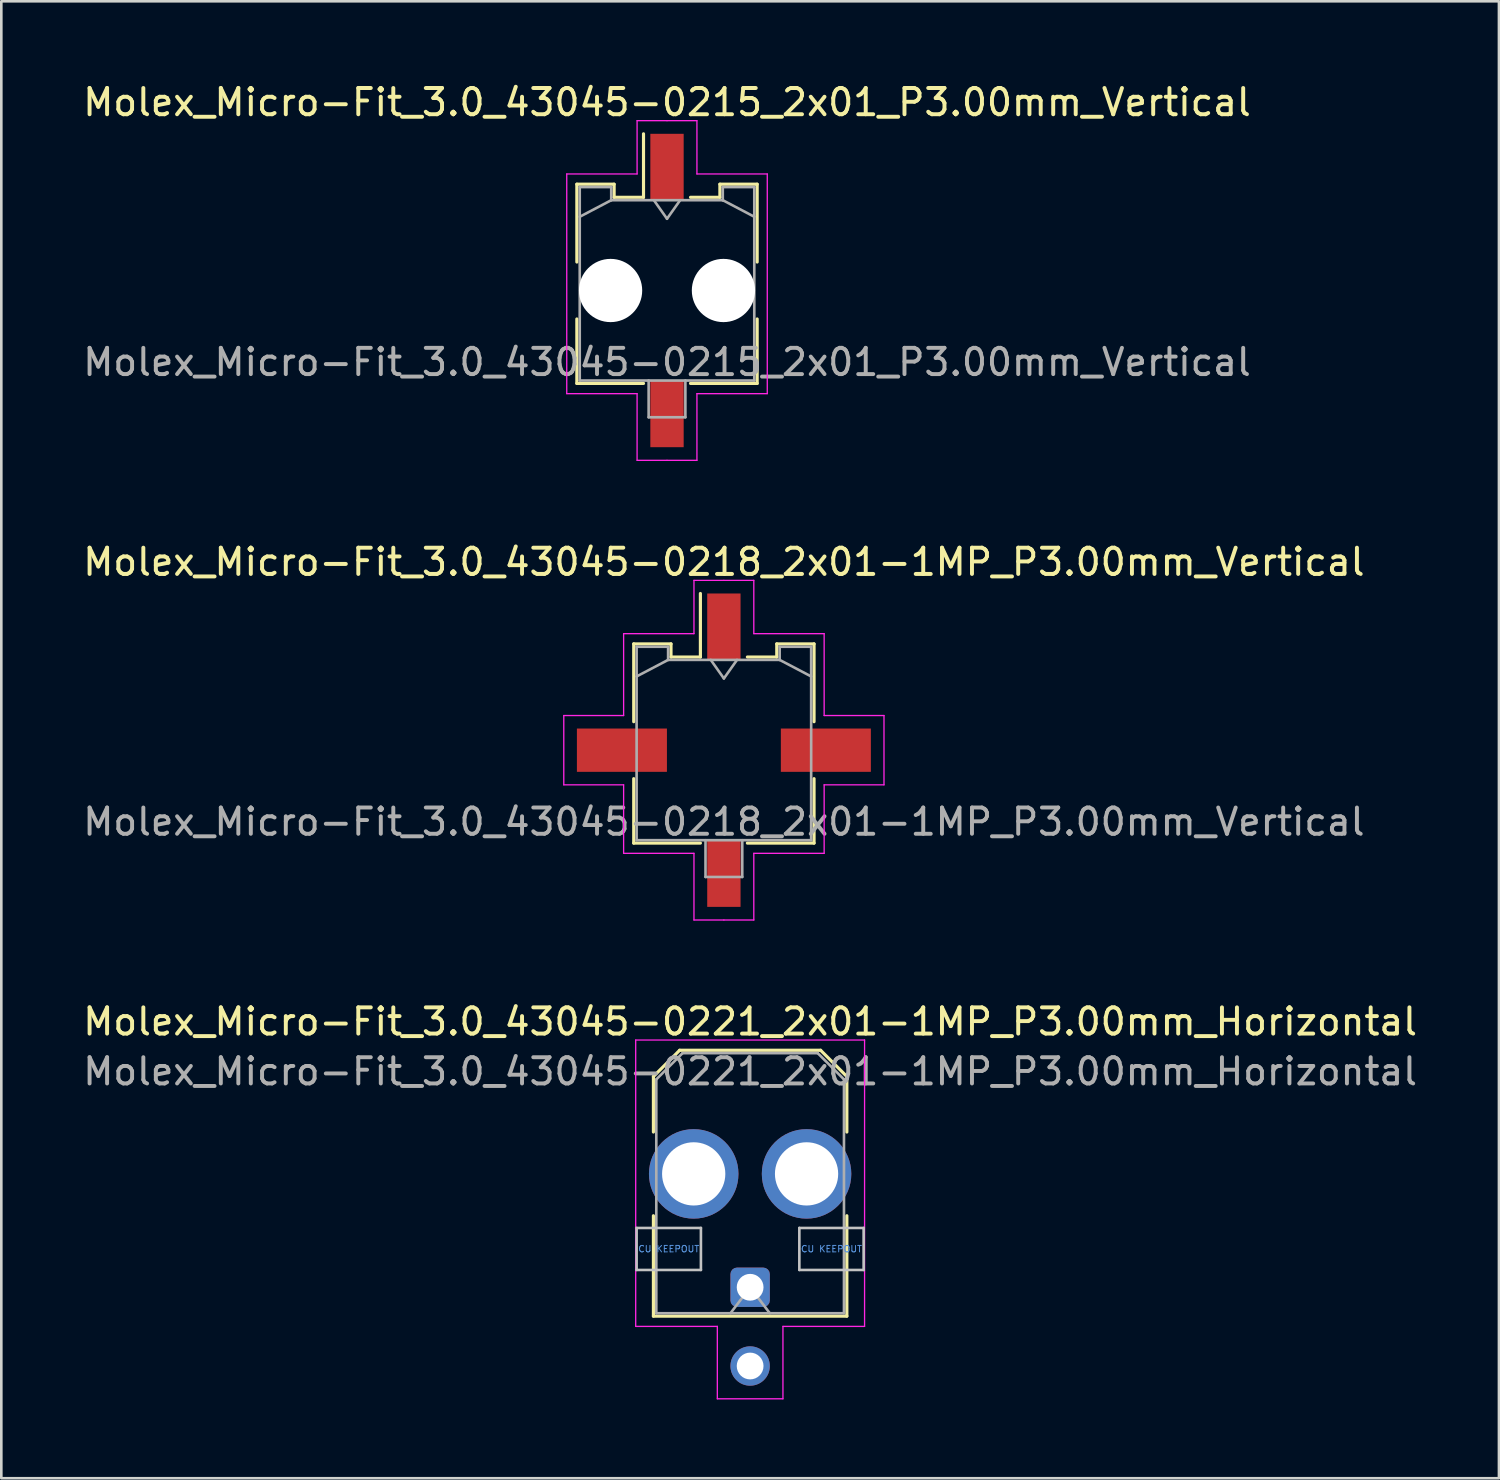
<source format=kicad_pcb>
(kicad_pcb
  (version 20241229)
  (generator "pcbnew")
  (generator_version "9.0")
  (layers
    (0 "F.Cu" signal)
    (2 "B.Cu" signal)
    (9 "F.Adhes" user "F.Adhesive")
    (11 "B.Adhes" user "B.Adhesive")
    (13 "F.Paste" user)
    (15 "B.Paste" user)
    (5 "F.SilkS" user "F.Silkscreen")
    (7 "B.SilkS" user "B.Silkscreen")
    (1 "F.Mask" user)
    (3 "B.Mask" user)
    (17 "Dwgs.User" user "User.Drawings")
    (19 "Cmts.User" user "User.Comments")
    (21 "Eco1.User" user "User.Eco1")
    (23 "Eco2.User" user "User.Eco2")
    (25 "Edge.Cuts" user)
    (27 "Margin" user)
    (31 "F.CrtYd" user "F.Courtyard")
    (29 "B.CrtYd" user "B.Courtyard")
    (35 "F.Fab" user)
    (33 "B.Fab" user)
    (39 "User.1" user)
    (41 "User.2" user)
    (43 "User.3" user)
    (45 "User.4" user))
  (footprint "Molex_Micro-Fit_3.0_43045-0218_2x01-1MP_P3.00mm_Vertical"
    (layer "F.Cu")
    (at 24.53 25.532)
    (property "Reference" "Molex_Micro-Fit_3.0_43045-0218_2x01-1MP_P3.00mm_Vertical" (at 0 -7.17 0) (layer "F.SilkS") (effects (font (size 1 1) (thickness 0.15))))
    (attr smd)
    (fp_line (start -3.435 -4.05) (end -2.015 -4.05) (stroke (width 0.12) (type solid)) (layer "F.SilkS"))
    (fp_line (start -3.435 -1.085) (end -3.435 -4.05) (stroke (width 0.12) (type solid)) (layer "F.SilkS"))
    (fp_line (start -3.435 1.085) (end -3.435 3.54) (stroke (width 0.12) (type solid)) (layer "F.SilkS"))
    (fp_line (start -3.435 3.54) (end -0.895 3.54) (stroke (width 0.12) (type solid)) (layer "F.SilkS"))
    (fp_line (start -2.015 -4.05) (end -2.015 -3.55) (stroke (width 0.12) (type solid)) (layer "F.SilkS"))
    (fp_line (start -2.015 -3.55) (end -0.895 -3.55) (stroke (width 0.12) (type solid)) (layer "F.SilkS"))
    (fp_line (start -0.895 -3.55) (end -0.895 -5.97) (stroke (width 0.12) (type solid)) (layer "F.SilkS"))
    (fp_line (start 2.015 -4.05) (end 2.015 -3.55) (stroke (width 0.12) (type solid)) (layer "F.SilkS"))
    (fp_line (start 2.015 -3.55) (end 0.895 -3.55) (stroke (width 0.12) (type solid)) (layer "F.SilkS"))
    (fp_line (start 3.435 -4.05) (end 2.015 -4.05) (stroke (width 0.12) (type solid)) (layer "F.SilkS"))
    (fp_line (start 3.435 -1.085) (end 3.435 -4.05) (stroke (width 0.12) (type solid)) (layer "F.SilkS"))
    (fp_line (start 3.435 1.085) (end 3.435 3.54) (stroke (width 0.12) (type solid)) (layer "F.SilkS"))
    (fp_line (start 3.435 3.54) (end 0.895 3.54) (stroke (width 0.12) (type solid)) (layer "F.SilkS"))
    (fp_line (start -6.1 -1.32) (end -6.1 1.32) (stroke (width 0.05) (type solid)) (layer "F.CrtYd"))
    (fp_line (start -6.1 1.32) (end -3.82 1.32) (stroke (width 0.05) (type solid)) (layer "F.CrtYd"))
    (fp_line (start -3.82 -4.44) (end -3.82 -1.32) (stroke (width 0.05) (type solid)) (layer "F.CrtYd"))
    (fp_line (start -3.82 -1.32) (end -6.1 -1.32) (stroke (width 0.05) (type solid)) (layer "F.CrtYd"))
    (fp_line (start -3.82 1.32) (end -3.82 3.93) (stroke (width 0.05) (type solid)) (layer "F.CrtYd"))
    (fp_line (start -3.82 3.93) (end -1.14 3.93) (stroke (width 0.05) (type solid)) (layer "F.CrtYd"))
    (fp_line (start -1.14 -6.47) (end -1.14 -4.44) (stroke (width 0.05) (type solid)) (layer "F.CrtYd"))
    (fp_line (start -1.14 -4.44) (end -3.82 -4.44) (stroke (width 0.05) (type solid)) (layer "F.CrtYd"))
    (fp_line (start -1.14 3.93) (end -1.14 6.47) (stroke (width 0.05) (type solid)) (layer "F.CrtYd"))
    (fp_line (start -1.14 6.47) (end 0 6.47) (stroke (width 0.05) (type solid)) (layer "F.CrtYd"))
    (fp_line (start 0 -6.47) (end -1.14 -6.47) (stroke (width 0.05) (type solid)) (layer "F.CrtYd"))
    (fp_line (start 0 -6.47) (end 1.14 -6.47) (stroke (width 0.05) (type solid)) (layer "F.CrtYd"))
    (fp_line (start 1.14 -6.47) (end 1.14 -4.44) (stroke (width 0.05) (type solid)) (layer "F.CrtYd"))
    (fp_line (start 1.14 -4.44) (end 3.82 -4.44) (stroke (width 0.05) (type solid)) (layer "F.CrtYd"))
    (fp_line (start 1.14 3.93) (end 1.14 6.47) (stroke (width 0.05) (type solid)) (layer "F.CrtYd"))
    (fp_line (start 1.14 6.47) (end 0 6.47) (stroke (width 0.05) (type solid)) (layer "F.CrtYd"))
    (fp_line (start 3.82 -4.44) (end 3.82 -1.32) (stroke (width 0.05) (type solid)) (layer "F.CrtYd"))
    (fp_line (start 3.82 -1.32) (end 6.1 -1.32) (stroke (width 0.05) (type solid)) (layer "F.CrtYd"))
    (fp_line (start 3.82 1.32) (end 3.82 3.93) (stroke (width 0.05) (type solid)) (layer "F.CrtYd"))
    (fp_line (start 3.82 3.93) (end 1.14 3.93) (stroke (width 0.05) (type solid)) (layer "F.CrtYd"))
    (fp_line (start 6.1 -1.32) (end 6.1 1.32) (stroke (width 0.05) (type solid)) (layer "F.CrtYd"))
    (fp_line (start 6.1 1.32) (end 3.82 1.32) (stroke (width 0.05) (type solid)) (layer "F.CrtYd"))
    (fp_line (start -3.325 -3.94) (end -3.325 3.43) (stroke (width 0.1) (type solid)) (layer "F.Fab"))
    (fp_line (start -3.325 -2.81) (end -2.125 -3.44) (stroke (width 0.1) (type solid)) (layer "F.Fab"))
    (fp_line (start -3.325 3.43) (end 3.325 3.43) (stroke (width 0.1) (type solid)) (layer "F.Fab"))
    (fp_line (start -2.125 -3.94) (end -3.325 -3.94) (stroke (width 0.1) (type solid)) (layer "F.Fab"))
    (fp_line (start -2.125 -3.44) (end -2.125 -3.94) (stroke (width 0.1) (type solid)) (layer "F.Fab"))
    (fp_line (start -0.7 3.43) (end -0.7 4.83) (stroke (width 0.1) (type solid)) (layer "F.Fab"))
    (fp_line (start -0.7 4.83) (end 0.7 4.83) (stroke (width 0.1) (type solid)) (layer "F.Fab"))
    (fp_line (start -0.5 -3.44) (end 0 -2.733) (stroke (width 0.1) (type solid)) (layer "F.Fab"))
    (fp_line (start 0 -2.733) (end 0.5 -3.44) (stroke (width 0.1) (type solid)) (layer "F.Fab"))
    (fp_line (start 0.7 4.83) (end 0.7 3.43) (stroke (width 0.1) (type solid)) (layer "F.Fab"))
    (fp_line (start 2.125 -3.94) (end 2.125 -3.44) (stroke (width 0.1) (type solid)) (layer "F.Fab"))
    (fp_line (start 2.125 -3.44) (end -2.125 -3.44) (stroke (width 0.1) (type solid)) (layer "F.Fab"))
    (fp_line (start 3.325 -3.94) (end 2.125 -3.94) (stroke (width 0.1) (type solid)) (layer "F.Fab"))
    (fp_line (start 3.325 -2.81) (end 2.125 -3.44) (stroke (width 0.1) (type solid)) (layer "F.Fab"))
    (fp_line (start 3.325 3.43) (end 3.325 -3.94) (stroke (width 0.1) (type solid)) (layer "F.Fab"))
    (fp_text user "${REFERENCE}" (at 0 2.73 0) (layer "F.Fab") (effects (font (size 1 1) (thickness 0.15))))
    (pad "1" smd rect (at 0 -4.7) (size 1.27 2.54) (layers "F.Cu" "F.Mask" "F.Paste"))
    (pad "2" smd rect (at 0 4.7) (size 1.27 2.54) (layers "F.Cu" "F.Mask" "F.Paste"))
    (pad "MP" smd rect (at -3.885 0) (size 3.43 1.65) (layers "F.Cu" "F.Mask" "F.Paste"))
    (pad "MP" smd rect (at 3.885 0) (size 3.43 1.65) (layers "F.Cu" "F.Mask" "F.Paste")))
  (footprint "Molex_Micro-Fit_3.0_43045-0215_2x01_P3.00mm_Vertical"
    (layer "F.Cu")
    (at 22.363 8.018)
    (property "Reference" "Molex_Micro-Fit_3.0_43045-0215_2x01_P3.00mm_Vertical" (at 0 -7.17 0) (layer "F.SilkS") (effects (font (size 1 1) (thickness 0.15))))
    (attr smd)
    (fp_line (start -3.435 -4.05) (end -2.015 -4.05) (stroke (width 0.12) (type solid)) (layer "F.SilkS"))
    (fp_line (start -3.435 -1.085) (end -3.435 -4.05) (stroke (width 0.12) (type solid)) (layer "F.SilkS"))
    (fp_line (start -3.435 1.085) (end -3.435 3.54) (stroke (width 0.12) (type solid)) (layer "F.SilkS"))
    (fp_line (start -3.435 3.54) (end -0.895 3.54) (stroke (width 0.12) (type solid)) (layer "F.SilkS"))
    (fp_line (start -2.015 -4.05) (end -2.015 -3.55) (stroke (width 0.12) (type solid)) (layer "F.SilkS"))
    (fp_line (start -2.015 -3.55) (end -0.895 -3.55) (stroke (width 0.12) (type solid)) (layer "F.SilkS"))
    (fp_line (start -0.895 -3.55) (end -0.895 -5.97) (stroke (width 0.12) (type solid)) (layer "F.SilkS"))
    (fp_line (start 2.015 -4.05) (end 2.015 -3.55) (stroke (width 0.12) (type solid)) (layer "F.SilkS"))
    (fp_line (start 2.015 -3.55) (end 0.895 -3.55) (stroke (width 0.12) (type solid)) (layer "F.SilkS"))
    (fp_line (start 3.435 -4.05) (end 2.015 -4.05) (stroke (width 0.12) (type solid)) (layer "F.SilkS"))
    (fp_line (start 3.435 -1.085) (end 3.435 -4.05) (stroke (width 0.12) (type solid)) (layer "F.SilkS"))
    (fp_line (start 3.435 1.085) (end 3.435 3.54) (stroke (width 0.12) (type solid)) (layer "F.SilkS"))
    (fp_line (start 3.435 3.54) (end 0.895 3.54) (stroke (width 0.12) (type solid)) (layer "F.SilkS"))
    (fp_line (start -3.82 -4.44) (end -3.82 3.93) (stroke (width 0.05) (type solid)) (layer "F.CrtYd"))
    (fp_line (start -3.82 3.93) (end -1.14 3.93) (stroke (width 0.05) (type solid)) (layer "F.CrtYd"))
    (fp_line (start -1.14 -6.47) (end -1.14 -4.44) (stroke (width 0.05) (type solid)) (layer "F.CrtYd"))
    (fp_line (start -1.14 -4.44) (end -3.82 -4.44) (stroke (width 0.05) (type solid)) (layer "F.CrtYd"))
    (fp_line (start -1.14 3.93) (end -1.14 6.47) (stroke (width 0.05) (type solid)) (layer "F.CrtYd"))
    (fp_line (start -1.14 6.47) (end 0 6.47) (stroke (width 0.05) (type solid)) (layer "F.CrtYd"))
    (fp_line (start 0 -6.47) (end -1.14 -6.47) (stroke (width 0.05) (type solid)) (layer "F.CrtYd"))
    (fp_line (start 0 -6.47) (end 1.14 -6.47) (stroke (width 0.05) (type solid)) (layer "F.CrtYd"))
    (fp_line (start 1.14 -6.47) (end 1.14 -4.44) (stroke (width 0.05) (type solid)) (layer "F.CrtYd"))
    (fp_line (start 1.14 -4.44) (end 3.82 -4.44) (stroke (width 0.05) (type solid)) (layer "F.CrtYd"))
    (fp_line (start 1.14 3.93) (end 1.14 6.47) (stroke (width 0.05) (type solid)) (layer "F.CrtYd"))
    (fp_line (start 1.14 6.47) (end 0 6.47) (stroke (width 0.05) (type solid)) (layer "F.CrtYd"))
    (fp_line (start 3.82 -4.44) (end 3.82 3.93) (stroke (width 0.05) (type solid)) (layer "F.CrtYd"))
    (fp_line (start 3.82 3.93) (end 1.14 3.93) (stroke (width 0.05) (type solid)) (layer "F.CrtYd"))
    (fp_line (start -3.325 -3.94) (end -3.325 3.43) (stroke (width 0.1) (type solid)) (layer "F.Fab"))
    (fp_line (start -3.325 -2.81) (end -2.125 -3.44) (stroke (width 0.1) (type solid)) (layer "F.Fab"))
    (fp_line (start -3.325 3.43) (end 3.325 3.43) (stroke (width 0.1) (type solid)) (layer "F.Fab"))
    (fp_line (start -2.125 -3.94) (end -3.325 -3.94) (stroke (width 0.1) (type solid)) (layer "F.Fab"))
    (fp_line (start -2.125 -3.44) (end -2.125 -3.94) (stroke (width 0.1) (type solid)) (layer "F.Fab"))
    (fp_line (start -0.7 3.43) (end -0.7 4.83) (stroke (width 0.1) (type solid)) (layer "F.Fab"))
    (fp_line (start -0.7 4.83) (end 0.7 4.83) (stroke (width 0.1) (type solid)) (layer "F.Fab"))
    (fp_line (start -0.5 -3.44) (end 0 -2.733) (stroke (width 0.1) (type solid)) (layer "F.Fab"))
    (fp_line (start 0 -2.733) (end 0.5 -3.44) (stroke (width 0.1) (type solid)) (layer "F.Fab"))
    (fp_line (start 0.7 4.83) (end 0.7 3.43) (stroke (width 0.1) (type solid)) (layer "F.Fab"))
    (fp_line (start 2.125 -3.94) (end 2.125 -3.44) (stroke (width 0.1) (type solid)) (layer "F.Fab"))
    (fp_line (start 2.125 -3.44) (end -2.125 -3.44) (stroke (width 0.1) (type solid)) (layer "F.Fab"))
    (fp_line (start 3.325 -3.94) (end 2.125 -3.94) (stroke (width 0.1) (type solid)) (layer "F.Fab"))
    (fp_line (start 3.325 -2.81) (end 2.125 -3.44) (stroke (width 0.1) (type solid)) (layer "F.Fab"))
    (fp_line (start 3.325 3.43) (end 3.325 -3.94) (stroke (width 0.1) (type solid)) (layer "F.Fab"))
    (fp_text user "${REFERENCE}" (at 0 2.73 0) (layer "F.Fab") (effects (font (size 1 1) (thickness 0.15))))
    (pad "" np_thru_hole circle (at -2.15 0) (size 2.41 2.41) (drill 2.41) (layers "*.Cu" "*.Mask"))
    (pad "" np_thru_hole circle (at 2.15 0) (size 2.41 2.41) (drill 2.41) (layers "*.Cu" "*.Mask"))
    (pad "1" smd rect (at 0 -4.7) (size 1.27 2.54) (layers "F.Cu" "F.Mask" "F.Paste"))
    (pad "2" smd rect (at 0 4.7) (size 1.27 2.54) (layers "F.Cu" "F.Mask" "F.Paste")))
  (footprint "Molex_Micro-Fit_3.0_43045-0221_2x01-1MP_P3.00mm_Horizontal"
    (layer "F.Cu")
    (at 25.53 45.995)
    (property "Reference" "Molex_Micro-Fit_3.0_43045-0221_2x01-1MP_P3.00mm_Horizontal" (at 0 -10.12 0) (layer "F.SilkS") (effects (font (size 1 1) (thickness 0.15))))
    (attr through_hole)
    (fp_line (start -3.685 -8.03) (end -2.685 -9.03) (stroke (width 0.12) (type solid)) (layer "F.SilkS"))
    (fp_line (start -3.685 -5.915) (end -3.685 -8.03) (stroke (width 0.12) (type solid)) (layer "F.SilkS"))
    (fp_line (start -3.685 -2.725) (end -3.685 1.1) (stroke (width 0.12) (type solid)) (layer "F.SilkS"))
    (fp_line (start -3.685 1.1) (end 3.685 1.1) (stroke (width 0.12) (type solid)) (layer "F.SilkS"))
    (fp_line (start -2.685 -9.03) (end 2.685 -9.03) (stroke (width 0.12) (type solid)) (layer "F.SilkS"))
    (fp_line (start 2.685 -9.03) (end 3.685 -8.03) (stroke (width 0.12) (type solid)) (layer "F.SilkS"))
    (fp_line (start 3.685 -8.03) (end 3.685 -5.915) (stroke (width 0.12) (type solid)) (layer "F.SilkS"))
    (fp_line (start 3.685 1.1) (end 3.685 -2.725) (stroke (width 0.12) (type solid)) (layer "F.SilkS"))
    (fp_line (start -4.325 -2.26) (end -4.325 -0.66) (stroke (width 0.1) (type solid)) (layer "Dwgs.User"))
    (fp_line (start -4.325 -0.66) (end -1.875 -0.66) (stroke (width 0.1) (type solid)) (layer "Dwgs.User"))
    (fp_line (start -1.875 -2.26) (end -4.325 -2.26) (stroke (width 0.1) (type solid)) (layer "Dwgs.User"))
    (fp_line (start -1.875 -0.66) (end -1.875 -2.26) (stroke (width 0.1) (type solid)) (layer "Dwgs.User"))
    (fp_line (start 1.875 -2.26) (end 1.875 -0.66) (stroke (width 0.1) (type solid)) (layer "Dwgs.User"))
    (fp_line (start 1.875 -0.66) (end 4.325 -0.66) (stroke (width 0.1) (type solid)) (layer "Dwgs.User"))
    (fp_line (start 4.325 -2.26) (end 1.875 -2.26) (stroke (width 0.1) (type solid)) (layer "Dwgs.User"))
    (fp_line (start 4.325 -0.66) (end 4.325 -2.26) (stroke (width 0.1) (type solid)) (layer "Dwgs.User"))
    (fp_line (start -4.36 -9.42) (end 4.36 -9.42) (stroke (width 0.05) (type solid)) (layer "F.CrtYd"))
    (fp_line (start -4.36 1.49) (end -4.36 -9.42) (stroke (width 0.05) (type solid)) (layer "F.CrtYd"))
    (fp_line (start -1.25 1.49) (end -4.36 1.49) (stroke (width 0.05) (type solid)) (layer "F.CrtYd"))
    (fp_line (start -1.25 4.25) (end -1.25 1.49) (stroke (width 0.05) (type solid)) (layer "F.CrtYd"))
    (fp_line (start 1.25 1.49) (end 1.25 4.25) (stroke (width 0.05) (type solid)) (layer "F.CrtYd"))
    (fp_line (start 1.25 4.25) (end -1.25 4.25) (stroke (width 0.05) (type solid)) (layer "F.CrtYd"))
    (fp_line (start 4.36 -9.42) (end 4.36 1.49) (stroke (width 0.05) (type solid)) (layer "F.CrtYd"))
    (fp_line (start 4.36 1.49) (end 1.25 1.49) (stroke (width 0.05) (type solid)) (layer "F.CrtYd"))
    (fp_line (start -3.575 -7.92) (end -2.575 -8.92) (stroke (width 0.1) (type solid)) (layer "F.Fab"))
    (fp_line (start -3.575 0.99) (end -3.575 -7.92) (stroke (width 0.1) (type solid)) (layer "F.Fab"))
    (fp_line (start -2.575 -8.92) (end 2.575 -8.92) (stroke (width 0.1) (type solid)) (layer "F.Fab"))
    (fp_line (start -0.75 0.99) (end 0 0) (stroke (width 0.1) (type solid)) (layer "F.Fab"))
    (fp_line (start 0 0) (end 0.75 0.99) (stroke (width 0.1) (type solid)) (layer "F.Fab"))
    (fp_line (start 2.575 -8.92) (end 3.575 -7.92) (stroke (width 0.1) (type solid)) (layer "F.Fab"))
    (fp_line (start 3.575 -7.92) (end 3.575 0.99) (stroke (width 0.1) (type solid)) (layer "F.Fab"))
    (fp_line (start 3.575 0.99) (end -3.575 0.99) (stroke (width 0.1) (type solid)) (layer "F.Fab"))
    (fp_text user "CU KEEPOUT" (at 3.1 -1.46 0) (layer "Cmts.User") (effects (font (size 0.245 0.245) (thickness 0.037))))
    (fp_text user "CU KEEPOUT" (at -3.1 -1.46 0) (layer "Cmts.User") (effects (font (size 0.245 0.245) (thickness 0.037))))
    (fp_text user "${REFERENCE}" (at 0 -8.22 0) (layer "F.Fab") (effects (font (size 1 1) (thickness 0.15))))
    (pad "1" thru_hole roundrect (at 0 0) (size 1.5 1.5) (drill 1.02) (layers "*.Cu" "*.Mask") (roundrect_rratio 0.167))
    (pad "2" thru_hole circle (at 0 3) (size 1.5 1.5) (drill 1.02) (layers "*.Cu" "*.Mask"))
    (pad "MP" thru_hole circle (at -2.15 -4.32) (size 3.41 3.41) (drill 2.41) (layers "*.Cu" "*.Mask"))
    (pad "MP" thru_hole circle (at 2.15 -4.32) (size 3.41 3.41) (drill 2.41) (layers "*.Cu" "*.Mask")))
  (gr_rect
    (start -3 -3)
    (end 54.06 53.27)
    (stroke (width 0.1) (type default))
    (fill no)
    (layer "Edge.Cuts")))
</source>
